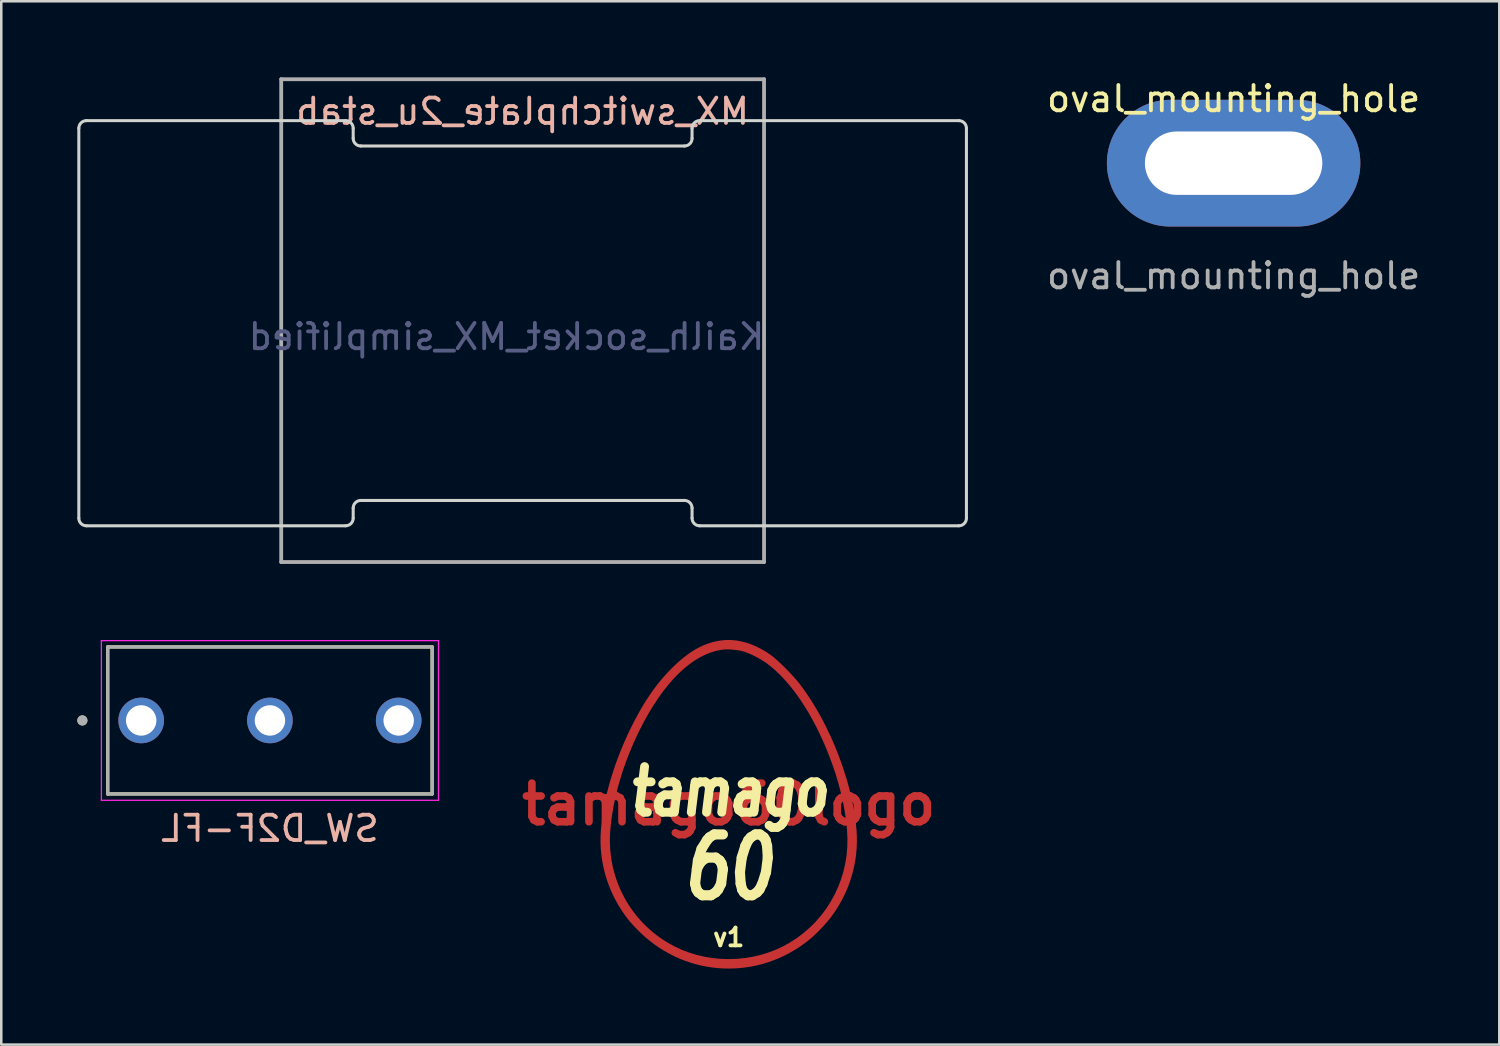
<source format=kicad_pcb>
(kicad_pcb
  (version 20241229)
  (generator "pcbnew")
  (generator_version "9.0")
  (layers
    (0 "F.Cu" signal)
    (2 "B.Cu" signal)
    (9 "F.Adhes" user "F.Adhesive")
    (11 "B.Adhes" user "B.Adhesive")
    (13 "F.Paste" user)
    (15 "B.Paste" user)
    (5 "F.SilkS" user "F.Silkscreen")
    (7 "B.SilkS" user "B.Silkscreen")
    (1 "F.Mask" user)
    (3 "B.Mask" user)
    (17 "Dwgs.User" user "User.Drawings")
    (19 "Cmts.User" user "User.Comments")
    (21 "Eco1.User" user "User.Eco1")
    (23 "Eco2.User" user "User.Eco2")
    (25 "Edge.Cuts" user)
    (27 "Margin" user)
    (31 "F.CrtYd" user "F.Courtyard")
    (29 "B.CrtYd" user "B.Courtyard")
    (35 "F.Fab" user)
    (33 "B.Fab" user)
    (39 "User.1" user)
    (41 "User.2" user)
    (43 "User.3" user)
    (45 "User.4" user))
  (footprint "MX_switchplate_2u_stab"
    (layer "F.Cu")
    (at 17.57 9.6)
    (property "Reference" "MX_switchplate_2u_stab" (at 0 -8.255 0) (layer "B.SilkS") (effects (font (size 1 1) (thickness 0.15)) (justify mirror)))
    (property "Value" "Kailh_socket_MX_simplified" (at 0 8.255 0) (layer "F.Fab") (hide yes) (effects (font (size 1 1) (thickness 0.15))))
    (attr smd)
    (fp_line (start -17.51 7.795) (end -17.51 -7.59) (stroke (width 0.12) (type solid)) (layer "Edge.Cuts"))
    (fp_line (start -17.21 -7.89) (end -6.985 -7.89) (stroke (width 0.12) (type solid)) (layer "Edge.Cuts"))
    (fp_line (start -17.21 8.095) (end -6.985 8.095) (stroke (width 0.12) (type solid)) (layer "Edge.Cuts"))
    (fp_line (start -6.685 -7.59) (end -6.685 -7.19) (stroke (width 0.12) (type solid)) (layer "Edge.Cuts"))
    (fp_line (start -6.685 7.795) (end -6.685 7.395) (stroke (width 0.12) (type solid)) (layer "Edge.Cuts"))
    (fp_line (start -6.385 -6.89) (end 6.385 -6.89) (stroke (width 0.12) (type solid)) (layer "Edge.Cuts"))
    (fp_line (start 6.385 7.095) (end -6.385 7.095) (stroke (width 0.12) (type solid)) (layer "Edge.Cuts"))
    (fp_line (start 6.685 -7.59) (end 6.685 -7.19) (stroke (width 0.12) (type solid)) (layer "Edge.Cuts"))
    (fp_line (start 6.685 7.795) (end 6.685 7.395) (stroke (width 0.12) (type solid)) (layer "Edge.Cuts"))
    (fp_line (start 17.21 -7.89) (end 6.985 -7.89) (stroke (width 0.12) (type solid)) (layer "Edge.Cuts"))
    (fp_line (start 17.21 8.095) (end 6.985 8.095) (stroke (width 0.12) (type solid)) (layer "Edge.Cuts"))
    (fp_line (start 17.51 -7.59) (end 17.51 7.795) (stroke (width 0.12) (type solid)) (layer "Edge.Cuts"))
    (fp_arc (start -17.51 -7.59) (mid -17.422132 -7.802132) (end -17.21 -7.89) (stroke (width 0.12) (type solid)) (layer "Edge.Cuts"))
    (fp_arc (start -17.21 8.095) (mid -17.422132 8.007132) (end -17.51 7.795) (stroke (width 0.12) (type solid)) (layer "Edge.Cuts"))
    (fp_arc (start -6.985 -7.89) (mid -6.772868 -7.802132) (end -6.685 -7.59) (stroke (width 0.12) (type solid)) (layer "Edge.Cuts"))
    (fp_arc (start -6.685 7.395) (mid -6.597139 7.182861) (end -6.385 7.095) (stroke (width 0.12) (type solid)) (layer "Edge.Cuts"))
    (fp_arc (start -6.685 7.795) (mid -6.772868 8.007132) (end -6.985 8.095) (stroke (width 0.12) (type solid)) (layer "Edge.Cuts"))
    (fp_arc (start -6.385 -6.89) (mid -6.597132 -6.977868) (end -6.685 -7.19) (stroke (width 0.12) (type solid)) (layer "Edge.Cuts"))
    (fp_arc (start 6.385 7.095) (mid 6.597144 7.182866) (end 6.685 7.395) (stroke (width 0.12) (type solid)) (layer "Edge.Cuts"))
    (fp_arc (start 6.685 -7.59) (mid 6.772868 -7.802132) (end 6.985 -7.89) (stroke (width 0.12) (type solid)) (layer "Edge.Cuts"))
    (fp_arc (start 6.685 -7.19) (mid 6.597139 -6.977861) (end 6.385 -6.89) (stroke (width 0.12) (type solid)) (layer "Edge.Cuts"))
    (fp_arc (start 6.985 8.095) (mid 6.772868 8.007132) (end 6.685 7.795) (stroke (width 0.12) (type solid)) (layer "Edge.Cuts"))
    (fp_arc (start 17.21 -7.89) (mid 17.422132 -7.802132) (end 17.51 -7.59) (stroke (width 0.12) (type solid)) (layer "Edge.Cuts"))
    (fp_arc (start 17.51 7.795) (mid 17.422132 8.007132) (end 17.21 8.095) (stroke (width 0.12) (type solid)) (layer "Edge.Cuts"))
    (fp_line (start -9.525 -9.525) (end 9.525 -9.525) (stroke (width 0.15) (type solid)) (layer "F.Fab"))
    (fp_line (start -9.525 9.525) (end -9.525 -9.525) (stroke (width 0.15) (type solid)) (layer "F.Fab"))
    (fp_line (start 9.525 -9.525) (end 9.525 9.525) (stroke (width 0.15) (type solid)) (layer "F.Fab"))
    (fp_line (start 9.525 9.525) (end -9.525 9.525) (stroke (width 0.15) (type solid)) (layer "F.Fab"))
    (fp_text user "${VALUE}" (at -0.635 0.635 0) (layer "B.Fab") (effects (font (size 1 1) (thickness 0.15)) (justify mirror))))
  (footprint "oval_mounting_hole"
    (layer "F.Cu")
    (at 45.622 3.388)
    (property "Reference" "oval_mounting_hole" (at 0 -2.54 0) (unlocked yes) (layer "F.SilkS") (effects (font (size 1 1) (thickness 0.15))))
    (attr through_hole)
    (fp_text user "${REFERENCE}" (at 0 4.445 0) (unlocked yes) (layer "F.Fab") (effects (font (size 1 1) (thickness 0.15))))
    (pad "" thru_hole oval (at 0 0) (size 10 5) (drill oval 7 2.5) (layers "*.Cu" "*.Mask")))
  (footprint "tamago60logo"
    (layer "F.Cu")
    (at 25.701 28.682)
    (property "Reference" "tamago60logo" (at 0 0 0) (layer "F.Cu") (effects (font (size 1.524 1.524) (thickness 0.3))))
    (attr through_hole)
    (fp_poly (pts (xy 0.085 -6.48) (xy 0.202 -6.472) (xy 0.321 -6.458) (xy 0.44 -6.437) (xy 0.56 -6.41) (xy 0.681 -6.378) (xy 0.801 -6.339) (xy 0.922 -6.295) (xy 1.042 -6.245) (xy 1.161 -6.189) (xy 1.28 -6.128) (xy 1.398 -6.061) (xy 1.515 -5.988) (xy 1.631 -5.91) (xy 1.693 -5.864) (xy 1.762 -5.81) (xy 1.835 -5.748) (xy 1.913 -5.68) (xy 2.077 -5.528) (xy 2.248 -5.361) (xy 2.416 -5.187) (xy 2.577 -5.013) (xy 2.721 -4.846) (xy 2.785 -4.767) (xy 2.843 -4.693) (xy 3.059 -4.392) (xy 3.268 -4.075) (xy 3.469 -3.745) (xy 3.662 -3.402) (xy 3.844 -3.049) (xy 4.017 -2.687) (xy 4.179 -2.319) (xy 4.329 -1.944) (xy 4.467 -1.567) (xy 4.593 -1.187) (xy 4.705 -0.807) (xy 4.803 -0.429) (xy 4.887 -0.053) (xy 4.955 0.317) (xy 5.008 0.681) (xy 5.044 1.037) (xy 5.056 1.263) (xy 5.058 1.489) (xy 5.049 1.713) (xy 5.031 1.937) (xy 5.003 2.16) (xy 4.964 2.38) (xy 4.916 2.599) (xy 4.858 2.815) (xy 4.791 3.029) (xy 4.714 3.24) (xy 4.627 3.448) (xy 4.531 3.652) (xy 4.425 3.853) (xy 4.311 4.049) (xy 4.187 4.241) (xy 4.054 4.428) (xy 4.015 4.48) (xy 3.972 4.535) (xy 3.874 4.651) (xy 3.765 4.774) (xy 3.649 4.899) (xy 3.53 5.021) (xy 3.412 5.137) (xy 3.299 5.241) (xy 3.246 5.288) (xy 3.195 5.33) (xy 3.006 5.478) (xy 2.813 5.615) (xy 2.614 5.743) (xy 2.412 5.86) (xy 2.207 5.967) (xy 1.998 6.064) (xy 1.786 6.151) (xy 1.572 6.228) (xy 1.355 6.294) (xy 1.136 6.351) (xy 0.916 6.397) (xy 0.694 6.433) (xy 0.472 6.46) (xy 0.249 6.476) (xy 0.026 6.482) (xy -0.198 6.479) (xy -0.42 6.465) (xy -0.642 6.441) (xy -0.863 6.407) (xy -1.083 6.364) (xy -1.301 6.31) (xy -1.516 6.246) (xy -1.729 6.173) (xy -1.94 6.09) (xy -2.147 5.996) (xy -2.351 5.893) (xy -2.55 5.78) (xy -2.746 5.657) (xy -2.938 5.525) (xy -3.124 5.382) (xy -3.305 5.23) (xy -3.481 5.068) (xy -3.543 5.007) (xy -3.606 4.943) (xy -3.67 4.877) (xy -3.733 4.811) (xy -3.792 4.747) (xy -3.846 4.687) (xy -3.893 4.633) (xy -3.932 4.588) (xy -4.079 4.396) (xy -4.217 4.198) (xy -4.345 3.995) (xy -4.462 3.787) (xy -4.57 3.574) (xy -4.667 3.356) (xy -4.754 3.134) (xy -4.83 2.909) (xy -4.895 2.681) (xy -4.95 2.449) (xy -4.994 2.215) (xy -5.026 1.98) (xy -5.048 1.742) (xy -5.058 1.503) (xy -5.057 1.361) (xy -4.688 1.361) (xy -4.687 1.528) (xy -4.68 1.694) (xy -4.668 1.859) (xy -4.65 2.023) (xy -4.627 2.186) (xy -4.598 2.347) (xy -4.564 2.506) (xy -4.524 2.664) (xy -4.48 2.819) (xy -4.43 2.973) (xy -4.374 3.125) (xy -4.314 3.275) (xy -4.249 3.422) (xy -4.178 3.566) (xy -4.103 3.709) (xy -4.023 3.848) (xy -3.938 3.985) (xy -3.849 4.118) (xy -3.754 4.249) (xy -3.655 4.376) (xy -3.552 4.5) (xy -3.444 4.621) (xy -3.332 4.738) (xy -3.215 4.852) (xy -3.094 4.961) (xy -2.969 5.067) (xy -2.839 5.169) (xy -2.705 5.267) (xy -2.568 5.36) (xy -2.426 5.449) (xy -2.148 5.604) (xy -1.86 5.738) (xy -1.564 5.851) (xy -1.26 5.944) (xy -0.95 6.016) (xy -0.637 6.068) (xy -0.32 6.099) (xy -0.002 6.109) (xy 0.316 6.099) (xy 0.633 6.068) (xy 0.947 6.016) (xy 1.257 5.944) (xy 1.562 5.851) (xy 1.859 5.738) (xy 2.148 5.604) (xy 2.426 5.449) (xy 2.705 5.267) (xy 2.967 5.068) (xy 3.213 4.853) (xy 3.442 4.623) (xy 3.653 4.378) (xy 3.846 4.121) (xy 4.02 3.851) (xy 4.175 3.57) (xy 4.311 3.278) (xy 4.427 2.978) (xy 4.522 2.669) (xy 4.595 2.353) (xy 4.648 2.03) (xy 4.678 1.702) (xy 4.685 1.37) (xy 4.67 1.034) (xy 4.633 0.668) (xy 4.581 0.3) (xy 4.512 -0.072) (xy 4.428 -0.447) (xy 4.328 -0.825) (xy 4.213 -1.208) (xy 4.081 -1.596) (xy 3.933 -1.989) (xy 3.813 -2.282) (xy 3.688 -2.568) (xy 3.558 -2.845) (xy 3.423 -3.114) (xy 3.284 -3.374) (xy 3.141 -3.625) (xy 2.995 -3.865) (xy 2.844 -4.096) (xy 2.691 -4.316) (xy 2.534 -4.525) (xy 2.375 -4.723) (xy 2.212 -4.909) (xy 2.048 -5.083) (xy 1.882 -5.244) (xy 1.713 -5.393) (xy 1.543 -5.529) (xy 1.49 -5.568) (xy 1.432 -5.608) (xy 1.371 -5.648) (xy 1.307 -5.688) (xy 1.241 -5.727) (xy 1.174 -5.765) (xy 1.036 -5.839) (xy 0.967 -5.873) (xy 0.898 -5.905) (xy 0.831 -5.935) (xy 0.765 -5.963) (xy 0.702 -5.988) (xy 0.641 -6.01) (xy 0.584 -6.028) (xy 0.531 -6.043) (xy 0.483 -6.054) (xy 0.434 -6.064) (xy 0.382 -6.073) (xy 0.33 -6.081) (xy 0.221 -6.095) (xy 0.112 -6.104) (xy 0.005 -6.109) (xy -0.047 -6.11) (xy -0.098 -6.11) (xy -0.147 -6.108) (xy -0.193 -6.105) (xy -0.237 -6.101) (xy -0.278 -6.096) (xy -0.494 -6.053) (xy -0.71 -5.989) (xy -0.925 -5.902) (xy -1.138 -5.795) (xy -1.35 -5.667) (xy -1.56 -5.517) (xy -1.769 -5.348) (xy -1.975 -5.159) (xy -2.178 -4.949) (xy -2.378 -4.721) (xy -2.575 -4.473) (xy -2.768 -4.206) (xy -2.958 -3.921) (xy -3.143 -3.617) (xy -3.324 -3.296) (xy -3.5 -2.957) (xy -3.621 -2.707) (xy -3.736 -2.457) (xy -3.844 -2.206) (xy -3.947 -1.954) (xy -4.044 -1.701) (xy -4.134 -1.449) (xy -4.217 -1.197) (xy -4.295 -0.945) (xy -4.366 -0.694) (xy -4.43 -0.443) (xy -4.487 -0.194) (xy -4.538 0.053) (xy -4.582 0.299) (xy -4.619 0.543) (xy -4.649 0.784) (xy -4.672 1.023) (xy -4.683 1.192) (xy -4.688 1.361) (xy -5.057 1.361) (xy -5.056 1.264) (xy -5.043 1.024) (xy -5.02 0.78) (xy -4.99 0.534) (xy -4.952 0.284) (xy -4.907 0.031) (xy -4.854 -0.224) (xy -4.794 -0.481) (xy -4.726 -0.74) (xy -4.652 -1.001) (xy -4.571 -1.262) (xy -4.483 -1.525) (xy -4.388 -1.788) (xy -4.286 -2.052) (xy -4.178 -2.315) (xy -4.064 -2.578) (xy -3.943 -2.841) (xy -3.816 -3.102) (xy -3.726 -3.279) (xy -3.635 -3.449) (xy -3.545 -3.614) (xy -3.454 -3.773) (xy -3.363 -3.927) (xy -3.271 -4.076) (xy -3.177 -4.22) (xy -3.083 -4.36) (xy -2.987 -4.496) (xy -2.89 -4.627) (xy -2.791 -4.755) (xy -2.691 -4.879) (xy -2.588 -5) (xy -2.484 -5.118) (xy -2.377 -5.233) (xy -2.267 -5.346) (xy -2.138 -5.472) (xy -2.01 -5.591) (xy -1.884 -5.701) (xy -1.76 -5.803) (xy -1.636 -5.898) (xy -1.513 -5.985) (xy -1.391 -6.064) (xy -1.268 -6.136) (xy -1.146 -6.201) (xy -1.023 -6.259) (xy -0.899 -6.31) (xy -0.774 -6.354) (xy -0.648 -6.392) (xy -0.521 -6.423) (xy -0.391 -6.448) (xy -0.26 -6.467) (xy -0.146 -6.478) (xy -0.031 -6.482)) (stroke (width 0) (type solid)) (fill yes) (layer "F.Cu"))
    (fp_poly (pts (xy 0.085 -6.48) (xy 0.202 -6.472) (xy 0.321 -6.458) (xy 0.44 -6.437) (xy 0.56 -6.41) (xy 0.681 -6.378) (xy 0.801 -6.339) (xy 0.922 -6.295) (xy 1.042 -6.245) (xy 1.161 -6.189) (xy 1.28 -6.128) (xy 1.398 -6.061) (xy 1.515 -5.988) (xy 1.631 -5.91) (xy 1.693 -5.864) (xy 1.762 -5.81) (xy 1.835 -5.748) (xy 1.913 -5.68) (xy 2.077 -5.528) (xy 2.248 -5.361) (xy 2.416 -5.187) (xy 2.577 -5.013) (xy 2.721 -4.846) (xy 2.785 -4.767) (xy 2.843 -4.693) (xy 3.059 -4.392) (xy 3.268 -4.075) (xy 3.469 -3.745) (xy 3.662 -3.402) (xy 3.844 -3.049) (xy 4.017 -2.687) (xy 4.179 -2.319) (xy 4.329 -1.944) (xy 4.467 -1.567) (xy 4.593 -1.187) (xy 4.705 -0.807) (xy 4.803 -0.429) (xy 4.887 -0.053) (xy 4.955 0.317) (xy 5.008 0.681) (xy 5.044 1.037) (xy 5.056 1.263) (xy 5.058 1.489) (xy 5.049 1.713) (xy 5.031 1.937) (xy 5.003 2.16) (xy 4.964 2.38) (xy 4.916 2.599) (xy 4.858 2.815) (xy 4.791 3.029) (xy 4.714 3.24) (xy 4.627 3.448) (xy 4.531 3.652) (xy 4.425 3.853) (xy 4.311 4.049) (xy 4.187 4.241) (xy 4.054 4.428) (xy 4.015 4.48) (xy 3.972 4.535) (xy 3.874 4.651) (xy 3.765 4.774) (xy 3.649 4.899) (xy 3.53 5.021) (xy 3.412 5.137) (xy 3.299 5.241) (xy 3.246 5.288) (xy 3.195 5.33) (xy 3.006 5.478) (xy 2.813 5.615) (xy 2.614 5.743) (xy 2.412 5.86) (xy 2.207 5.967) (xy 1.998 6.064) (xy 1.786 6.151) (xy 1.572 6.228) (xy 1.355 6.294) (xy 1.136 6.351) (xy 0.916 6.397) (xy 0.694 6.433) (xy 0.472 6.46) (xy 0.249 6.476) (xy 0.026 6.482) (xy -0.198 6.479) (xy -0.42 6.465) (xy -0.642 6.441) (xy -0.863 6.407) (xy -1.083 6.364) (xy -1.301 6.31) (xy -1.516 6.246) (xy -1.729 6.173) (xy -1.94 6.09) (xy -2.147 5.996) (xy -2.351 5.893) (xy -2.55 5.78) (xy -2.746 5.657) (xy -2.938 5.525) (xy -3.124 5.382) (xy -3.305 5.23) (xy -3.481 5.068) (xy -3.543 5.007) (xy -3.606 4.943) (xy -3.67 4.877) (xy -3.733 4.811) (xy -3.792 4.747) (xy -3.846 4.687) (xy -3.893 4.633) (xy -3.932 4.588) (xy -4.079 4.396) (xy -4.217 4.198) (xy -4.345 3.995) (xy -4.462 3.787) (xy -4.57 3.574) (xy -4.667 3.356) (xy -4.754 3.134) (xy -4.83 2.909) (xy -4.895 2.681) (xy -4.95 2.449) (xy -4.994 2.215) (xy -5.026 1.98) (xy -5.048 1.742) (xy -5.058 1.503) (xy -5.057 1.361) (xy -4.688 1.361) (xy -4.687 1.528) (xy -4.68 1.694) (xy -4.668 1.859) (xy -4.65 2.023) (xy -4.627 2.186) (xy -4.598 2.347) (xy -4.564 2.506) (xy -4.524 2.664) (xy -4.48 2.819) (xy -4.43 2.973) (xy -4.374 3.125) (xy -4.314 3.275) (xy -4.249 3.422) (xy -4.178 3.566) (xy -4.103 3.709) (xy -4.023 3.848) (xy -3.938 3.985) (xy -3.849 4.118) (xy -3.754 4.249) (xy -3.655 4.376) (xy -3.552 4.5) (xy -3.444 4.621) (xy -3.332 4.738) (xy -3.215 4.852) (xy -3.094 4.961) (xy -2.969 5.067) (xy -2.839 5.169) (xy -2.705 5.267) (xy -2.568 5.36) (xy -2.426 5.449) (xy -2.148 5.604) (xy -1.86 5.738) (xy -1.564 5.851) (xy -1.26 5.944) (xy -0.95 6.016) (xy -0.637 6.068) (xy -0.32 6.099) (xy -0.002 6.109) (xy 0.316 6.099) (xy 0.633 6.068) (xy 0.947 6.016) (xy 1.257 5.944) (xy 1.562 5.851) (xy 1.859 5.738) (xy 2.148 5.604) (xy 2.426 5.449) (xy 2.705 5.267) (xy 2.967 5.068) (xy 3.213 4.853) (xy 3.442 4.623) (xy 3.653 4.378) (xy 3.846 4.121) (xy 4.02 3.851) (xy 4.175 3.57) (xy 4.311 3.278) (xy 4.427 2.978) (xy 4.522 2.669) (xy 4.595 2.353) (xy 4.648 2.03) (xy 4.678 1.702) (xy 4.685 1.37) (xy 4.67 1.034) (xy 4.633 0.668) (xy 4.581 0.3) (xy 4.512 -0.072) (xy 4.428 -0.447) (xy 4.328 -0.825) (xy 4.213 -1.208) (xy 4.081 -1.596) (xy 3.933 -1.989) (xy 3.813 -2.282) (xy 3.688 -2.568) (xy 3.558 -2.845) (xy 3.423 -3.114) (xy 3.284 -3.374) (xy 3.141 -3.625) (xy 2.995 -3.865) (xy 2.844 -4.096) (xy 2.691 -4.316) (xy 2.534 -4.525) (xy 2.375 -4.723) (xy 2.212 -4.909) (xy 2.048 -5.083) (xy 1.882 -5.244) (xy 1.713 -5.393) (xy 1.543 -5.529) (xy 1.49 -5.568) (xy 1.432 -5.608) (xy 1.371 -5.648) (xy 1.307 -5.688) (xy 1.241 -5.727) (xy 1.174 -5.765) (xy 1.036 -5.839) (xy 0.967 -5.873) (xy 0.898 -5.905) (xy 0.831 -5.935) (xy 0.765 -5.963) (xy 0.702 -5.988) (xy 0.641 -6.01) (xy 0.584 -6.028) (xy 0.531 -6.043) (xy 0.483 -6.054) (xy 0.434 -6.064) (xy 0.382 -6.073) (xy 0.33 -6.081) (xy 0.221 -6.095) (xy 0.112 -6.104) (xy 0.005 -6.109) (xy -0.047 -6.11) (xy -0.098 -6.11) (xy -0.147 -6.108) (xy -0.193 -6.105) (xy -0.237 -6.101) (xy -0.278 -6.096) (xy -0.494 -6.053) (xy -0.71 -5.989) (xy -0.925 -5.902) (xy -1.138 -5.795) (xy -1.35 -5.667) (xy -1.56 -5.517) (xy -1.769 -5.348) (xy -1.975 -5.159) (xy -2.178 -4.949) (xy -2.378 -4.721) (xy -2.575 -4.473) (xy -2.768 -4.206) (xy -2.958 -3.921) (xy -3.143 -3.617) (xy -3.324 -3.296) (xy -3.5 -2.957) (xy -3.621 -2.707) (xy -3.736 -2.457) (xy -3.844 -2.206) (xy -3.947 -1.954) (xy -4.044 -1.701) (xy -4.134 -1.449) (xy -4.217 -1.197) (xy -4.295 -0.945) (xy -4.366 -0.694) (xy -4.43 -0.443) (xy -4.487 -0.194) (xy -4.538 0.053) (xy -4.582 0.299) (xy -4.619 0.543) (xy -4.649 0.784) (xy -4.672 1.023) (xy -4.683 1.192) (xy -4.688 1.361) (xy -5.057 1.361) (xy -5.056 1.264) (xy -5.043 1.024) (xy -5.02 0.78) (xy -4.99 0.534) (xy -4.952 0.284) (xy -4.907 0.031) (xy -4.854 -0.224) (xy -4.794 -0.481) (xy -4.726 -0.74) (xy -4.652 -1.001) (xy -4.571 -1.262) (xy -4.483 -1.525) (xy -4.388 -1.788) (xy -4.286 -2.052) (xy -4.178 -2.315) (xy -4.064 -2.578) (xy -3.943 -2.841) (xy -3.816 -3.102) (xy -3.726 -3.279) (xy -3.635 -3.449) (xy -3.545 -3.614) (xy -3.454 -3.773) (xy -3.363 -3.927) (xy -3.271 -4.076) (xy -3.177 -4.22) (xy -3.083 -4.36) (xy -2.987 -4.496) (xy -2.89 -4.627) (xy -2.791 -4.755) (xy -2.691 -4.879) (xy -2.588 -5) (xy -2.484 -5.118) (xy -2.377 -5.233) (xy -2.267 -5.346) (xy -2.138 -5.472) (xy -2.01 -5.591) (xy -1.884 -5.701) (xy -1.76 -5.803) (xy -1.636 -5.898) (xy -1.513 -5.985) (xy -1.391 -6.064) (xy -1.268 -6.136) (xy -1.146 -6.201) (xy -1.023 -6.259) (xy -0.899 -6.31) (xy -0.774 -6.354) (xy -0.648 -6.392) (xy -0.521 -6.423) (xy -0.391 -6.448) (xy -0.26 -6.467) (xy -0.146 -6.478) (xy -0.031 -6.482)) (stroke (width 0) (type solid)) (fill yes) (layer "F.Mask"))
    (fp_text user "60" (at 0 2.5 0) (layer "F.SilkS") (effects (font (size 2.4 1.8) (thickness 0.4) (italic yes))))
    (fp_text user "tamago" (at 0 -0.5 0) (layer "F.SilkS") (effects (font (size 1.8 1.4) (thickness 0.35) (italic yes))))
    (fp_text user "v1" (at 0 5.25 0) (layer "F.SilkS") (effects (font (size 0.7 0.7) (thickness 0.15)))))
  (footprint "SW_D2F-FL"
    (layer "F.Cu")
    (at 7.6 25.375)
    (property "Reference" "SW_D2F-FL" (at 0 4.263 0) (layer "B.SilkS") (effects (font (size 1 1) (thickness 0.15)) (justify mirror)))
    (attr through_hole)
    (fp_line (start -6.4 -2.9) (end 6.4 -2.9) (stroke (width 0.127) (type solid)) (layer "F.SilkS"))
    (fp_line (start -6.4 2.9) (end -6.4 -2.9) (stroke (width 0.127) (type solid)) (layer "F.SilkS"))
    (fp_line (start 6.4 -2.9) (end 6.4 2.9) (stroke (width 0.127) (type solid)) (layer "F.SilkS"))
    (fp_line (start 6.4 2.9) (end -6.4 2.9) (stroke (width 0.127) (type solid)) (layer "F.SilkS"))
    (fp_circle (center -7.4 0) (end -7.3 0) (stroke (width 0.2) (type solid)) (fill no) (layer "F.SilkS"))
    (fp_line (start -6.65 -3.15) (end 6.65 -3.15) (stroke (width 0.05) (type solid)) (layer "F.CrtYd"))
    (fp_line (start -6.65 3.15) (end -6.65 -3.15) (stroke (width 0.05) (type solid)) (layer "F.CrtYd"))
    (fp_line (start 6.65 -3.15) (end 6.65 3.15) (stroke (width 0.05) (type solid)) (layer "F.CrtYd"))
    (fp_line (start 6.65 3.15) (end -6.65 3.15) (stroke (width 0.05) (type solid)) (layer "F.CrtYd"))
    (fp_line (start -6.4 -2.9) (end 6.4 -2.9) (stroke (width 0.127) (type solid)) (layer "F.Fab"))
    (fp_line (start -6.4 2.9) (end -6.4 -2.9) (stroke (width 0.127) (type solid)) (layer "F.Fab"))
    (fp_line (start 6.4 -2.9) (end 6.4 2.9) (stroke (width 0.127) (type solid)) (layer "F.Fab"))
    (fp_line (start 6.4 2.9) (end -6.4 2.9) (stroke (width 0.127) (type solid)) (layer "F.Fab"))
    (fp_circle (center -7.4 0) (end -7.3 0) (stroke (width 0.2) (type solid)) (fill no) (layer "F.Fab"))
    (pad "COM" thru_hole circle (at -5.08 0) (size 1.8 1.8) (drill 1.2) (layers "*.Cu" "*.Mask"))
    (pad "NC" thru_hole circle (at 5.08 0) (size 1.8 1.8) (drill 1.2) (layers "*.Cu" "*.Mask"))
    (pad "NO" thru_hole circle (at 0 0) (size 1.8 1.8) (drill 1.2) (layers "*.Cu" "*.Mask")))
  (gr_rect
    (start -3 -3)
    (end 56.104 38.165)
    (stroke (width 0.1) (type default))
    (fill no)
    (layer "Edge.Cuts")))
</source>
